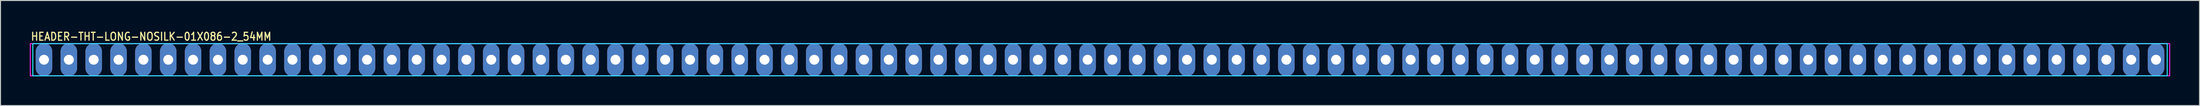
<source format=kicad_pcb>
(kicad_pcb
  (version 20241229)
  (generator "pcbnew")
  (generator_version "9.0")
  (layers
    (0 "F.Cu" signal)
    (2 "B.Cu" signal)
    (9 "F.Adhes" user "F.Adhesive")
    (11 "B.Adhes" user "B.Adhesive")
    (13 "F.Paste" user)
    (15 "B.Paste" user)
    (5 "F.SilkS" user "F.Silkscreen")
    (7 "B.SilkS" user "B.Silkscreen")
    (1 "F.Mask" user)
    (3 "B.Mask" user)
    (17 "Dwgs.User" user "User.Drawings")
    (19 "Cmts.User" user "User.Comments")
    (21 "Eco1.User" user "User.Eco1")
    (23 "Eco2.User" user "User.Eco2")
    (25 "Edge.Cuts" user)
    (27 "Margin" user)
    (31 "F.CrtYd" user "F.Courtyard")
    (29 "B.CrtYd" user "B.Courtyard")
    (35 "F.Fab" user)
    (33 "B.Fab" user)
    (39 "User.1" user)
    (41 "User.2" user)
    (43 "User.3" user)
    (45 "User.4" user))
  (footprint "HEADER-THT-LONG-NOSILK-01X086-2_54MM"
    (layer "F.Cu")
    (at 1.447 3.079)
    (property "Reference" "HEADER-THT-LONG-NOSILK-01X086-2_54MM" (at -1.4 -1.9 0) (unlocked yes) (layer "F.SilkS") (effects (font (size 0.813 0.695) (thickness 0.122)) (justify left bottom)))
    (fp_poly (pts (xy -1.143 -1.651) (xy 217.043 -1.651) (xy 217.043 1.651) (xy -1.143 1.651)) (stroke (width 0.1) (type solid)) (fill no) (layer "B.CrtYd"))
    (fp_poly (pts (xy -1.397 -1.651) (xy 217.297 -1.651) (xy 217.297 1.651) (xy -1.397 1.651)) (stroke (width 0.1) (type solid)) (fill no) (layer "F.CrtYd"))
    (pad "1" thru_hole oval (at 0 0 90) (size 3.387 1.693) (drill 1.016) (layers "*.Cu" "*.Mask"))
    (pad "2" thru_hole oval (at 2.54 0 90) (size 3.387 1.693) (drill 1.016) (layers "*.Cu" "*.Mask"))
    (pad "3" thru_hole oval (at 5.08 0 90) (size 3.387 1.693) (drill 1.016) (layers "*.Cu" "*.Mask"))
    (pad "4" thru_hole oval (at 7.62 0 90) (size 3.387 1.693) (drill 1.016) (layers "*.Cu" "*.Mask"))
    (pad "5" thru_hole oval (at 10.16 0 90) (size 3.387 1.693) (drill 1.016) (layers "*.Cu" "*.Mask"))
    (pad "6" thru_hole oval (at 12.7 0 90) (size 3.387 1.693) (drill 1.016) (layers "*.Cu" "*.Mask"))
    (pad "7" thru_hole oval (at 15.24 0 90) (size 3.387 1.693) (drill 1.016) (layers "*.Cu" "*.Mask"))
    (pad "8" thru_hole oval (at 17.78 0 90) (size 3.387 1.693) (drill 1.016) (layers "*.Cu" "*.Mask"))
    (pad "9" thru_hole oval (at 20.32 0 90) (size 3.387 1.693) (drill 1.016) (layers "*.Cu" "*.Mask"))
    (pad "10" thru_hole oval (at 22.86 0 90) (size 3.387 1.693) (drill 1.016) (layers "*.Cu" "*.Mask"))
    (pad "11" thru_hole oval (at 25.4 0 90) (size 3.387 1.693) (drill 1.016) (layers "*.Cu" "*.Mask"))
    (pad "12" thru_hole oval (at 27.94 0 90) (size 3.387 1.693) (drill 1.016) (layers "*.Cu" "*.Mask"))
    (pad "13" thru_hole oval (at 30.48 0 90) (size 3.387 1.693) (drill 1.016) (layers "*.Cu" "*.Mask"))
    (pad "14" thru_hole oval (at 33.02 0 90) (size 3.387 1.693) (drill 1.016) (layers "*.Cu" "*.Mask"))
    (pad "15" thru_hole oval (at 35.56 0 90) (size 3.387 1.693) (drill 1.016) (layers "*.Cu" "*.Mask"))
    (pad "16" thru_hole oval (at 38.1 0 90) (size 3.387 1.693) (drill 1.016) (layers "*.Cu" "*.Mask"))
    (pad "17" thru_hole oval (at 40.64 0 90) (size 3.387 1.693) (drill 1.016) (layers "*.Cu" "*.Mask"))
    (pad "18" thru_hole oval (at 43.18 0 90) (size 3.387 1.693) (drill 1.016) (layers "*.Cu" "*.Mask"))
    (pad "19" thru_hole oval (at 45.72 0 90) (size 3.387 1.693) (drill 1.016) (layers "*.Cu" "*.Mask"))
    (pad "20" thru_hole oval (at 48.26 0 90) (size 3.387 1.693) (drill 1.016) (layers "*.Cu" "*.Mask"))
    (pad "21" thru_hole oval (at 50.8 0 90) (size 3.387 1.693) (drill 1.016) (layers "*.Cu" "*.Mask"))
    (pad "22" thru_hole oval (at 53.34 0 90) (size 3.387 1.693) (drill 1.016) (layers "*.Cu" "*.Mask"))
    (pad "23" thru_hole oval (at 55.88 0 90) (size 3.387 1.693) (drill 1.016) (layers "*.Cu" "*.Mask"))
    (pad "24" thru_hole oval (at 58.42 0 90) (size 3.387 1.693) (drill 1.016) (layers "*.Cu" "*.Mask"))
    (pad "25" thru_hole oval (at 60.96 0 90) (size 3.387 1.693) (drill 1.016) (layers "*.Cu" "*.Mask"))
    (pad "26" thru_hole oval (at 63.5 0 90) (size 3.387 1.693) (drill 1.016) (layers "*.Cu" "*.Mask"))
    (pad "27" thru_hole oval (at 66.04 0 90) (size 3.387 1.693) (drill 1.016) (layers "*.Cu" "*.Mask"))
    (pad "28" thru_hole oval (at 68.58 0 90) (size 3.387 1.693) (drill 1.016) (layers "*.Cu" "*.Mask"))
    (pad "29" thru_hole oval (at 71.12 0 90) (size 3.387 1.693) (drill 1.016) (layers "*.Cu" "*.Mask"))
    (pad "30" thru_hole oval (at 73.66 0 90) (size 3.387 1.693) (drill 1.016) (layers "*.Cu" "*.Mask"))
    (pad "31" thru_hole oval (at 76.2 0 90) (size 3.387 1.693) (drill 1.016) (layers "*.Cu" "*.Mask"))
    (pad "32" thru_hole oval (at 78.74 0 90) (size 3.387 1.693) (drill 1.016) (layers "*.Cu" "*.Mask"))
    (pad "33" thru_hole oval (at 81.28 0 90) (size 3.387 1.693) (drill 1.016) (layers "*.Cu" "*.Mask"))
    (pad "34" thru_hole oval (at 83.82 0 90) (size 3.387 1.693) (drill 1.016) (layers "*.Cu" "*.Mask"))
    (pad "35" thru_hole oval (at 86.36 0 90) (size 3.387 1.693) (drill 1.016) (layers "*.Cu" "*.Mask"))
    (pad "36" thru_hole oval (at 88.9 0 90) (size 3.387 1.693) (drill 1.016) (layers "*.Cu" "*.Mask"))
    (pad "37" thru_hole oval (at 91.44 0 90) (size 3.387 1.693) (drill 1.016) (layers "*.Cu" "*.Mask"))
    (pad "38" thru_hole oval (at 93.98 0 90) (size 3.387 1.693) (drill 1.016) (layers "*.Cu" "*.Mask"))
    (pad "39" thru_hole oval (at 96.52 0 90) (size 3.387 1.693) (drill 1.016) (layers "*.Cu" "*.Mask"))
    (pad "40" thru_hole oval (at 99.06 0 90) (size 3.387 1.693) (drill 1.016) (layers "*.Cu" "*.Mask"))
    (pad "41" thru_hole oval (at 101.6 0 90) (size 3.387 1.693) (drill 1.016) (layers "*.Cu" "*.Mask"))
    (pad "42" thru_hole oval (at 104.14 0 90) (size 3.387 1.693) (drill 1.016) (layers "*.Cu" "*.Mask"))
    (pad "43" thru_hole oval (at 106.68 0 90) (size 3.387 1.693) (drill 1.016) (layers "*.Cu" "*.Mask"))
    (pad "44" thru_hole oval (at 109.22 0 90) (size 3.387 1.693) (drill 1.016) (layers "*.Cu" "*.Mask"))
    (pad "45" thru_hole oval (at 111.76 0 90) (size 3.387 1.693) (drill 1.016) (layers "*.Cu" "*.Mask"))
    (pad "46" thru_hole oval (at 114.3 0 90) (size 3.387 1.693) (drill 1.016) (layers "*.Cu" "*.Mask"))
    (pad "47" thru_hole oval (at 116.84 0 90) (size 3.387 1.693) (drill 1.016) (layers "*.Cu" "*.Mask"))
    (pad "48" thru_hole oval (at 119.38 0 90) (size 3.387 1.693) (drill 1.016) (layers "*.Cu" "*.Mask"))
    (pad "49" thru_hole oval (at 121.92 0 90) (size 3.387 1.693) (drill 1.016) (layers "*.Cu" "*.Mask"))
    (pad "50" thru_hole oval (at 124.46 0 90) (size 3.387 1.693) (drill 1.016) (layers "*.Cu" "*.Mask"))
    (pad "51" thru_hole oval (at 127 0 90) (size 3.387 1.693) (drill 1.016) (layers "*.Cu" "*.Mask"))
    (pad "52" thru_hole oval (at 129.54 0 90) (size 3.387 1.693) (drill 1.016) (layers "*.Cu" "*.Mask"))
    (pad "53" thru_hole oval (at 132.08 0 90) (size 3.387 1.693) (drill 1.016) (layers "*.Cu" "*.Mask"))
    (pad "54" thru_hole oval (at 134.62 0 90) (size 3.387 1.693) (drill 1.016) (layers "*.Cu" "*.Mask"))
    (pad "55" thru_hole oval (at 137.16 0 90) (size 3.387 1.693) (drill 1.016) (layers "*.Cu" "*.Mask"))
    (pad "56" thru_hole oval (at 139.7 0 90) (size 3.387 1.693) (drill 1.016) (layers "*.Cu" "*.Mask"))
    (pad "57" thru_hole oval (at 142.24 0 90) (size 3.387 1.693) (drill 1.016) (layers "*.Cu" "*.Mask"))
    (pad "58" thru_hole oval (at 144.78 0 90) (size 3.387 1.693) (drill 1.016) (layers "*.Cu" "*.Mask"))
    (pad "59" thru_hole oval (at 147.32 0 90) (size 3.387 1.693) (drill 1.016) (layers "*.Cu" "*.Mask"))
    (pad "60" thru_hole oval (at 149.86 0 90) (size 3.387 1.693) (drill 1.016) (layers "*.Cu" "*.Mask"))
    (pad "61" thru_hole oval (at 152.4 0 90) (size 3.387 1.693) (drill 1.016) (layers "*.Cu" "*.Mask"))
    (pad "62" thru_hole oval (at 154.94 0 90) (size 3.387 1.693) (drill 1.016) (layers "*.Cu" "*.Mask"))
    (pad "63" thru_hole oval (at 157.48 0 90) (size 3.387 1.693) (drill 1.016) (layers "*.Cu" "*.Mask"))
    (pad "64" thru_hole oval (at 160.02 0 90) (size 3.387 1.693) (drill 1.016) (layers "*.Cu" "*.Mask"))
    (pad "65" thru_hole oval (at 162.56 0 90) (size 3.387 1.693) (drill 1.016) (layers "*.Cu" "*.Mask"))
    (pad "66" thru_hole oval (at 165.1 0 90) (size 3.387 1.693) (drill 1.016) (layers "*.Cu" "*.Mask"))
    (pad "67" thru_hole oval (at 167.64 0 90) (size 3.387 1.693) (drill 1.016) (layers "*.Cu" "*.Mask"))
    (pad "68" thru_hole oval (at 170.18 0 90) (size 3.387 1.693) (drill 1.016) (layers "*.Cu" "*.Mask"))
    (pad "69" thru_hole oval (at 172.72 0 90) (size 3.387 1.693) (drill 1.016) (layers "*.Cu" "*.Mask"))
    (pad "70" thru_hole oval (at 175.26 0 90) (size 3.387 1.693) (drill 1.016) (layers "*.Cu" "*.Mask"))
    (pad "71" thru_hole oval (at 177.8 0 90) (size 3.387 1.693) (drill 1.016) (layers "*.Cu" "*.Mask"))
    (pad "72" thru_hole oval (at 180.34 0 90) (size 3.387 1.693) (drill 1.016) (layers "*.Cu" "*.Mask"))
    (pad "73" thru_hole oval (at 182.88 0 90) (size 3.387 1.693) (drill 1.016) (layers "*.Cu" "*.Mask"))
    (pad "74" thru_hole oval (at 185.42 0 90) (size 3.387 1.693) (drill 1.016) (layers "*.Cu" "*.Mask"))
    (pad "75" thru_hole oval (at 187.96 0 90) (size 3.387 1.693) (drill 1.016) (layers "*.Cu" "*.Mask"))
    (pad "76" thru_hole oval (at 190.5 0 90) (size 3.387 1.693) (drill 1.016) (layers "*.Cu" "*.Mask"))
    (pad "77" thru_hole oval (at 193.04 0 90) (size 3.387 1.693) (drill 1.016) (layers "*.Cu" "*.Mask"))
    (pad "78" thru_hole oval (at 195.58 0 90) (size 3.387 1.693) (drill 1.016) (layers "*.Cu" "*.Mask"))
    (pad "79" thru_hole oval (at 198.12 0 90) (size 3.387 1.693) (drill 1.016) (layers "*.Cu" "*.Mask"))
    (pad "80" thru_hole oval (at 200.66 0 90) (size 3.387 1.693) (drill 1.016) (layers "*.Cu" "*.Mask"))
    (pad "81" thru_hole oval (at 203.2 0 90) (size 3.387 1.693) (drill 1.016) (layers "*.Cu" "*.Mask"))
    (pad "82" thru_hole oval (at 205.74 0 90) (size 3.387 1.693) (drill 1.016) (layers "*.Cu" "*.Mask"))
    (pad "83" thru_hole oval (at 208.28 0 90) (size 3.387 1.693) (drill 1.016) (layers "*.Cu" "*.Mask"))
    (pad "84" thru_hole oval (at 210.82 0 90) (size 3.387 1.693) (drill 1.016) (layers "*.Cu" "*.Mask"))
    (pad "85" thru_hole oval (at 213.36 0 90) (size 3.387 1.693) (drill 1.016) (layers "*.Cu" "*.Mask"))
    (pad "86" thru_hole oval (at 215.9 0 90) (size 3.387 1.693) (drill 1.016) (layers "*.Cu" "*.Mask")))
  (gr_rect
    (start -3 -3)
    (end 221.794 7.78)
    (stroke (width 0.1) (type default))
    (fill no)
    (layer "Edge.Cuts")))
</source>
